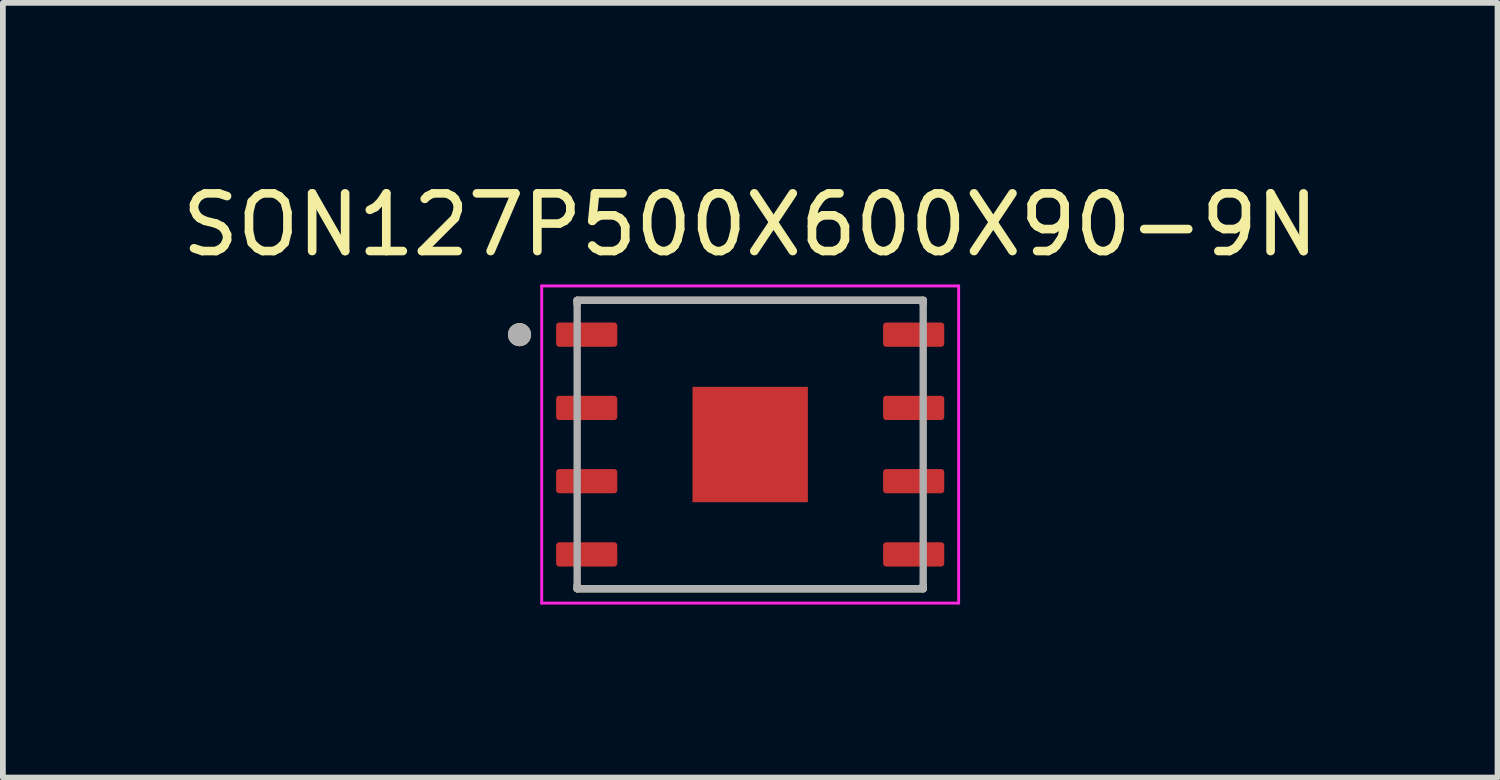
<source format=kicad_pcb>
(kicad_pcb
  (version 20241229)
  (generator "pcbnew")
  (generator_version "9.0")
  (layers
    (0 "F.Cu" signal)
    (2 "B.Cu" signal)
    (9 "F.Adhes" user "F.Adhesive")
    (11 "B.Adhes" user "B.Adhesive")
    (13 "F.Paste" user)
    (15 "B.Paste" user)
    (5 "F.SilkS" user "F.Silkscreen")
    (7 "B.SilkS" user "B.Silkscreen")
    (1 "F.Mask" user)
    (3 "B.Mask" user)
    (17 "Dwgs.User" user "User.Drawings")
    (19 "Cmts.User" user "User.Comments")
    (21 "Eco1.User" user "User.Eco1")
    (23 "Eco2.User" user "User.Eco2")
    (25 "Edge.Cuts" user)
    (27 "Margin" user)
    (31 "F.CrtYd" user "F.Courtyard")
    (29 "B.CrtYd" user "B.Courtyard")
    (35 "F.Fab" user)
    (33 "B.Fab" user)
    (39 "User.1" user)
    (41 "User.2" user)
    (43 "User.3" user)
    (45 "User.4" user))
  (footprint "SON127P500X600X90-9N"
    (layer "F.Cu")
    (at 9.958 4.658)
    (property "Reference" "SON127P500X600X90-9N" (at 0 -3.81 0) (layer "F.SilkS") (effects (font (size 1 1) (thickness 0.15))))
    (attr smd)
    (fp_line (start -3 -2.5) (end 3 -2.5) (stroke (width 0.127) (type solid)) (layer "F.SilkS"))
    (fp_line (start -3 -2.435) (end -3 -2.5) (stroke (width 0.127) (type solid)) (layer "F.SilkS"))
    (fp_line (start -3 2.5) (end -3 2.435) (stroke (width 0.127) (type solid)) (layer "F.SilkS"))
    (fp_line (start 3 -2.5) (end 3 -2.435) (stroke (width 0.127) (type solid)) (layer "F.SilkS"))
    (fp_line (start 3 2.5) (end -3 2.5) (stroke (width 0.127) (type solid)) (layer "F.SilkS"))
    (fp_line (start 3 2.5) (end 3 2.435) (stroke (width 0.127) (type solid)) (layer "F.SilkS"))
    (fp_circle (center -4 -1.905) (end -3.9 -1.905) (stroke (width 0.2) (type solid)) (fill no) (layer "F.SilkS"))
    (fp_poly (pts (xy -0.63 -0.63) (xy 0.63 -0.63) (xy 0.63 0.63) (xy -0.63 0.63)) (stroke (width 0.01) (type solid)) (fill yes) (layer "F.Paste"))
    (fp_line (start -3.615 -2.75) (end -3.615 2.75) (stroke (width 0.05) (type solid)) (layer "F.CrtYd"))
    (fp_line (start -3.615 2.75) (end 3.615 2.75) (stroke (width 0.05) (type solid)) (layer "F.CrtYd"))
    (fp_line (start 3.615 -2.75) (end -3.615 -2.75) (stroke (width 0.05) (type solid)) (layer "F.CrtYd"))
    (fp_line (start 3.615 2.75) (end 3.615 -2.75) (stroke (width 0.05) (type solid)) (layer "F.CrtYd"))
    (fp_line (start -3 -2.5) (end 3 -2.5) (stroke (width 0.127) (type solid)) (layer "F.Fab"))
    (fp_line (start -3 2.5) (end -3 -2.5) (stroke (width 0.127) (type solid)) (layer "F.Fab"))
    (fp_line (start 3 -2.5) (end 3 2.5) (stroke (width 0.127) (type solid)) (layer "F.Fab"))
    (fp_line (start 3 2.5) (end -3 2.5) (stroke (width 0.127) (type solid)) (layer "F.Fab"))
    (fp_circle (center -4 -1.905) (end -3.9 -1.905) (stroke (width 0.2) (type solid)) (fill no) (layer "F.Fab"))
    (pad "1" smd roundrect (at -2.835 -1.905) (size 1.06 0.42) (layers "F.Cu" "F.Mask" "F.Paste") (roundrect_rratio 0.125))
    (pad "2" smd roundrect (at -2.835 -0.635) (size 1.06 0.42) (layers "F.Cu" "F.Mask" "F.Paste") (roundrect_rratio 0.125))
    (pad "3" smd roundrect (at -2.835 0.635) (size 1.06 0.42) (layers "F.Cu" "F.Mask" "F.Paste") (roundrect_rratio 0.125))
    (pad "4" smd roundrect (at -2.835 1.905) (size 1.06 0.42) (layers "F.Cu" "F.Mask" "F.Paste") (roundrect_rratio 0.125))
    (pad "5" smd roundrect (at 2.835 1.905) (size 1.06 0.42) (layers "F.Cu" "F.Mask" "F.Paste") (roundrect_rratio 0.125))
    (pad "6" smd roundrect (at 2.835 0.635) (size 1.06 0.42) (layers "F.Cu" "F.Mask" "F.Paste") (roundrect_rratio 0.125))
    (pad "7" smd roundrect (at 2.835 -0.635) (size 1.06 0.42) (layers "F.Cu" "F.Mask" "F.Paste") (roundrect_rratio 0.125))
    (pad "8" smd roundrect (at 2.835 -1.905) (size 1.06 0.42) (layers "F.Cu" "F.Mask" "F.Paste") (roundrect_rratio 0.125))
    (pad "9" smd rect (at 0 0) (size 2 2) (layers "F.Cu" "F.Mask")))
  (gr_rect
    (start -3 -3)
    (end 22.917 10.433)
    (stroke (width 0.1) (type default))
    (fill no)
    (layer "Edge.Cuts")))
</source>
